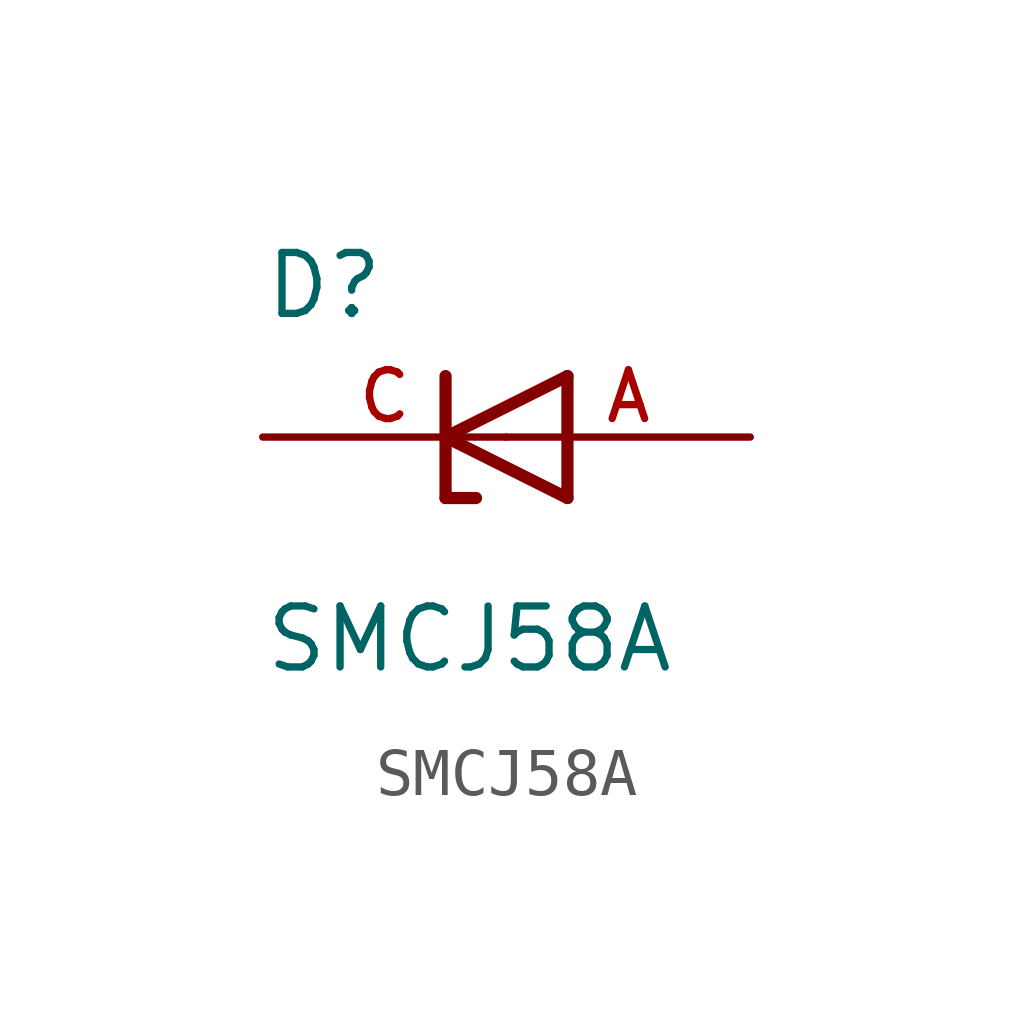
<source format=kicad_sym>
(kicad_symbol_lib
  (version 20211014)
  (generator kicad_symbol_editor)
  (symbol "SMCJ58A"
    (pin_names
      (offset 1.016))
    (property "Reference" "D"
      (at -5.08 2.413 0)
      (effects (font (size 1.27 1.27)) (justify bottom left)))
    (property "Value" "SMCJ58A"
      (at -5.08 -4.953 0)
      (effects (font (size 1.27 1.27)) (justify bottom left)))
    (symbol "SMCJ58A_0_0"
      (polyline (pts (xy 1.27 1.27) (xy -1.27 0.0)) (stroke (width 0.254)))
      (polyline (pts (xy -1.27 0.0) (xy 1.27 -1.27)) (stroke (width 0.254)))
      (polyline (pts (xy -0.635 -1.27) (xy -1.27 -1.27)) (stroke (width 0.254)))
      (polyline (pts (xy -1.27 -1.27) (xy -1.27 0.0)) (stroke (width 0.254)))
      (polyline (pts (xy 1.27 -1.27) (xy 1.27 1.27)) (stroke (width 0.254)))
      (polyline (pts (xy -1.27 0.0) (xy -1.27 1.27)) (stroke (width 0.254)))
      (pin passive line (at 5.08 0.0 180.0) (length 5.08) (name "~" (effects (font (size 1.016 1.016)))) (number "A" (effects (font (size 1.016 1.016)))))
      (pin passive line (at -5.08 0.0 0) (length 5.08) (name "~" (effects (font (size 1.016 1.016)))) (number "C" (effects (font (size 1.016 1.016))))))))
</source>
